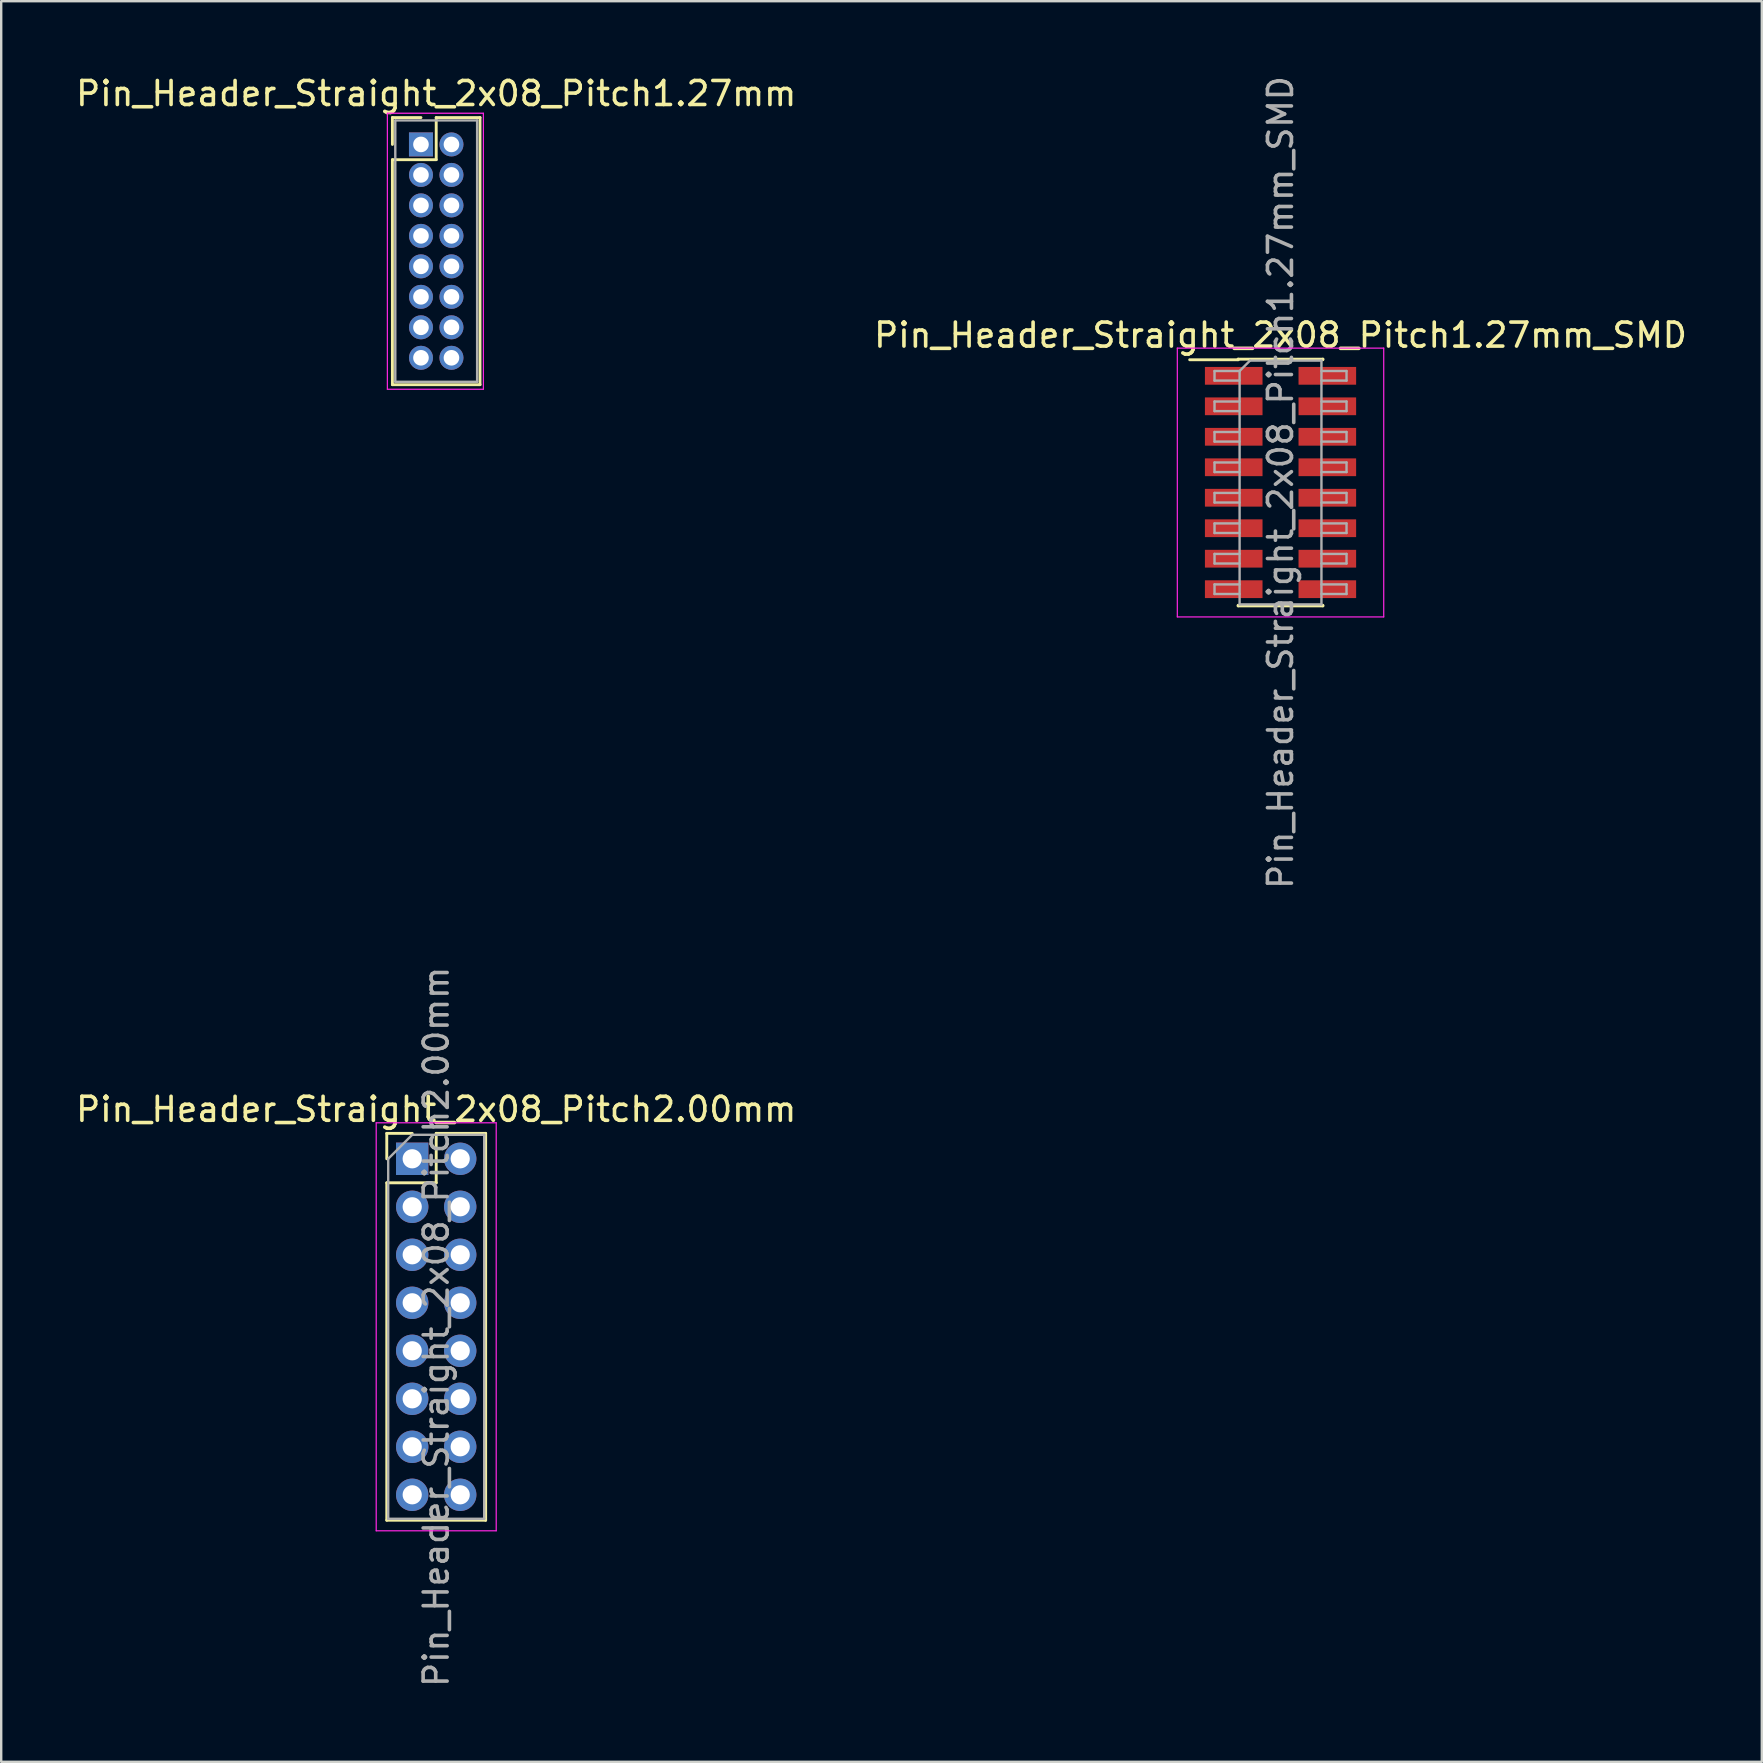
<source format=kicad_pcb>
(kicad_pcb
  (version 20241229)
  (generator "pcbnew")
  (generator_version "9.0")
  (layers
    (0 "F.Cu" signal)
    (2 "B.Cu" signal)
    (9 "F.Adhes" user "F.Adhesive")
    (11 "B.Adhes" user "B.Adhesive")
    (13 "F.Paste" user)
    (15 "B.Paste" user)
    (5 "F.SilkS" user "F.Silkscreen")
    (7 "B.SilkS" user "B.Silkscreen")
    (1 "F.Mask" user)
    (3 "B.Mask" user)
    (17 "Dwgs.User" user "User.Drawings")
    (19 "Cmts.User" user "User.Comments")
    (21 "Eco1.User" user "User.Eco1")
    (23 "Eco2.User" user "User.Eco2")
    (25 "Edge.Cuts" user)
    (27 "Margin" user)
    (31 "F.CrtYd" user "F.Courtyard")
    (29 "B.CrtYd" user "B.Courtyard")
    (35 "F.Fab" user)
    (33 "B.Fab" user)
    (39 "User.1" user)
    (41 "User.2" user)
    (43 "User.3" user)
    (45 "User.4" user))
  (footprint "Pin_Header_Straight_2x08_Pitch2.00mm"
    (layer "F.Cu")
    (at 14.125 45.232)
    (property "Reference" "Pin_Header_Straight_2x08_Pitch2.00mm" (at 1 -2.06 0) (layer "F.SilkS") (effects (font (size 1 1) (thickness 0.15))))
    (attr through_hole)
    (fp_line (start -1.06 -1.06) (end 0 -1.06) (stroke (width 0.12) (type solid)) (layer "F.SilkS"))
    (fp_line (start -1.06 0) (end -1.06 -1.06) (stroke (width 0.12) (type solid)) (layer "F.SilkS"))
    (fp_line (start -1.06 1) (end -1.06 15.06) (stroke (width 0.12) (type solid)) (layer "F.SilkS"))
    (fp_line (start -1.06 15.06) (end 3.06 15.06) (stroke (width 0.12) (type solid)) (layer "F.SilkS"))
    (fp_line (start 1 -1.06) (end 1 1) (stroke (width 0.12) (type solid)) (layer "F.SilkS"))
    (fp_line (start 1 1) (end -1.06 1) (stroke (width 0.12) (type solid)) (layer "F.SilkS"))
    (fp_line (start 3.06 -1.06) (end 1 -1.06) (stroke (width 0.12) (type solid)) (layer "F.SilkS"))
    (fp_line (start 3.06 15.06) (end 3.06 -1.06) (stroke (width 0.12) (type solid)) (layer "F.SilkS"))
    (fp_line (start -1.5 -1.5) (end -1.5 15.5) (stroke (width 0.05) (type solid)) (layer "F.CrtYd"))
    (fp_line (start -1.5 15.5) (end 3.5 15.5) (stroke (width 0.05) (type solid)) (layer "F.CrtYd"))
    (fp_line (start 3.5 -1.5) (end -1.5 -1.5) (stroke (width 0.05) (type solid)) (layer "F.CrtYd"))
    (fp_line (start 3.5 15.5) (end 3.5 -1.5) (stroke (width 0.05) (type solid)) (layer "F.CrtYd"))
    (fp_line (start -1 0) (end 0 -1) (stroke (width 0.1) (type solid)) (layer "F.Fab"))
    (fp_line (start -1 15) (end -1 0) (stroke (width 0.1) (type solid)) (layer "F.Fab"))
    (fp_line (start 0 -1) (end 3 -1) (stroke (width 0.1) (type solid)) (layer "F.Fab"))
    (fp_line (start 3 -1) (end 3 15) (stroke (width 0.1) (type solid)) (layer "F.Fab"))
    (fp_line (start 3 15) (end -1 15) (stroke (width 0.1) (type solid)) (layer "F.Fab"))
    (fp_text user "${REFERENCE}" (at 1 7 90) (layer "F.Fab") (effects (font (size 1 1) (thickness 0.15))))
    (pad "1" thru_hole rect (at 0 0) (size 1.35 1.35) (drill 0.8) (layers "*.Cu" "*.Mask"))
    (pad "2" thru_hole oval (at 2 0) (size 1.35 1.35) (drill 0.8) (layers "*.Cu" "*.Mask"))
    (pad "3" thru_hole oval (at 0 2) (size 1.35 1.35) (drill 0.8) (layers "*.Cu" "*.Mask"))
    (pad "4" thru_hole oval (at 2 2) (size 1.35 1.35) (drill 0.8) (layers "*.Cu" "*.Mask"))
    (pad "5" thru_hole oval (at 0 4) (size 1.35 1.35) (drill 0.8) (layers "*.Cu" "*.Mask"))
    (pad "6" thru_hole oval (at 2 4) (size 1.35 1.35) (drill 0.8) (layers "*.Cu" "*.Mask"))
    (pad "7" thru_hole oval (at 0 6) (size 1.35 1.35) (drill 0.8) (layers "*.Cu" "*.Mask"))
    (pad "8" thru_hole oval (at 2 6) (size 1.35 1.35) (drill 0.8) (layers "*.Cu" "*.Mask"))
    (pad "9" thru_hole oval (at 0 8) (size 1.35 1.35) (drill 0.8) (layers "*.Cu" "*.Mask"))
    (pad "10" thru_hole oval (at 2 8) (size 1.35 1.35) (drill 0.8) (layers "*.Cu" "*.Mask"))
    (pad "11" thru_hole oval (at 0 10) (size 1.35 1.35) (drill 0.8) (layers "*.Cu" "*.Mask"))
    (pad "12" thru_hole oval (at 2 10) (size 1.35 1.35) (drill 0.8) (layers "*.Cu" "*.Mask"))
    (pad "13" thru_hole oval (at 0 12) (size 1.35 1.35) (drill 0.8) (layers "*.Cu" "*.Mask"))
    (pad "14" thru_hole oval (at 2 12) (size 1.35 1.35) (drill 0.8) (layers "*.Cu" "*.Mask"))
    (pad "15" thru_hole oval (at 0 14) (size 1.35 1.35) (drill 0.8) (layers "*.Cu" "*.Mask"))
    (pad "16" thru_hole oval (at 2 14) (size 1.35 1.35) (drill 0.8) (layers "*.Cu" "*.Mask")))
  (footprint "Pin_Header_Straight_2x08_Pitch1.27mm"
    (layer "F.Cu")
    (at 14.49 2.968)
    (property "Reference" "Pin_Header_Straight_2x08_Pitch1.27mm" (at 0.635 -2.12 0) (layer "F.SilkS") (effects (font (size 1 1) (thickness 0.15))))
    (attr through_hole)
    (fp_line (start -1.19 -1.12) (end 0 -1.12) (stroke (width 0.12) (type solid)) (layer "F.SilkS"))
    (fp_line (start -1.19 0) (end -1.19 -1.12) (stroke (width 0.12) (type solid)) (layer "F.SilkS"))
    (fp_line (start -1.19 0.635) (end -1.19 10.01) (stroke (width 0.12) (type solid)) (layer "F.SilkS"))
    (fp_line (start -1.19 10.01) (end 2.46 10.01) (stroke (width 0.12) (type solid)) (layer "F.SilkS"))
    (fp_line (start 0.635 -1.12) (end 0.635 0.635) (stroke (width 0.12) (type solid)) (layer "F.SilkS"))
    (fp_line (start 0.635 0.635) (end -1.19 0.635) (stroke (width 0.12) (type solid)) (layer "F.SilkS"))
    (fp_line (start 2.46 -1.12) (end 0.635 -1.12) (stroke (width 0.12) (type solid)) (layer "F.SilkS"))
    (fp_line (start 2.46 10.01) (end 2.46 -1.12) (stroke (width 0.12) (type solid)) (layer "F.SilkS"))
    (fp_line (start -1.4 -1.3) (end -1.4 10.2) (stroke (width 0.05) (type solid)) (layer "F.CrtYd"))
    (fp_line (start -1.4 10.2) (end 2.6 10.2) (stroke (width 0.05) (type solid)) (layer "F.CrtYd"))
    (fp_line (start 2.6 -1.3) (end -1.4 -1.3) (stroke (width 0.05) (type solid)) (layer "F.CrtYd"))
    (fp_line (start 2.6 10.2) (end 2.6 -1.3) (stroke (width 0.05) (type solid)) (layer "F.CrtYd"))
    (fp_line (start -1.07 -1) (end -1.07 9.89) (stroke (width 0.1) (type solid)) (layer "F.Fab"))
    (fp_line (start -1.07 9.89) (end 2.34 9.89) (stroke (width 0.1) (type solid)) (layer "F.Fab"))
    (fp_line (start 2.34 -1) (end -1.07 -1) (stroke (width 0.1) (type solid)) (layer "F.Fab"))
    (fp_line (start 2.34 9.89) (end 2.34 -1) (stroke (width 0.1) (type solid)) (layer "F.Fab"))
    (pad "1" thru_hole rect (at 0 0) (size 1 1) (drill 0.65) (layers "*.Cu" "*.Mask"))
    (pad "2" thru_hole oval (at 1.27 0) (size 1 1) (drill 0.65) (layers "*.Cu" "*.Mask"))
    (pad "3" thru_hole oval (at 0 1.27) (size 1 1) (drill 0.65) (layers "*.Cu" "*.Mask"))
    (pad "4" thru_hole oval (at 1.27 1.27) (size 1 1) (drill 0.65) (layers "*.Cu" "*.Mask"))
    (pad "5" thru_hole oval (at 0 2.54) (size 1 1) (drill 0.65) (layers "*.Cu" "*.Mask"))
    (pad "6" thru_hole oval (at 1.27 2.54) (size 1 1) (drill 0.65) (layers "*.Cu" "*.Mask"))
    (pad "7" thru_hole oval (at 0 3.81) (size 1 1) (drill 0.65) (layers "*.Cu" "*.Mask"))
    (pad "8" thru_hole oval (at 1.27 3.81) (size 1 1) (drill 0.65) (layers "*.Cu" "*.Mask"))
    (pad "9" thru_hole oval (at 0 5.08) (size 1 1) (drill 0.65) (layers "*.Cu" "*.Mask"))
    (pad "10" thru_hole oval (at 1.27 5.08) (size 1 1) (drill 0.65) (layers "*.Cu" "*.Mask"))
    (pad "11" thru_hole oval (at 0 6.35) (size 1 1) (drill 0.65) (layers "*.Cu" "*.Mask"))
    (pad "12" thru_hole oval (at 1.27 6.35) (size 1 1) (drill 0.65) (layers "*.Cu" "*.Mask"))
    (pad "13" thru_hole oval (at 0 7.62) (size 1 1) (drill 0.65) (layers "*.Cu" "*.Mask"))
    (pad "14" thru_hole oval (at 1.27 7.62) (size 1 1) (drill 0.65) (layers "*.Cu" "*.Mask"))
    (pad "15" thru_hole oval (at 0 8.89) (size 1 1) (drill 0.65) (layers "*.Cu" "*.Mask"))
    (pad "16" thru_hole oval (at 1.27 8.89) (size 1 1) (drill 0.65) (layers "*.Cu" "*.Mask")))
  (footprint "Pin_Header_Straight_2x08_Pitch1.27mm_SMD"
    (layer "F.Cu")
    (at 50.304 17.054)
    (property "Reference" "Pin_Header_Straight_2x08_Pitch1.27mm_SMD" (at 0 -6.14 0) (layer "F.SilkS") (effects (font (size 1 1) (thickness 0.15))))
    (attr smd)
    (fp_line (start -3.785 -5.115) (end -1.765 -5.115) (stroke (width 0.12) (type solid)) (layer "F.SilkS"))
    (fp_line (start -1.765 -5.14) (end 1.765 -5.14) (stroke (width 0.12) (type solid)) (layer "F.SilkS"))
    (fp_line (start -1.765 -5.115) (end -1.765 -5.14) (stroke (width 0.12) (type solid)) (layer "F.SilkS"))
    (fp_line (start -1.765 5.115) (end -1.765 5.14) (stroke (width 0.12) (type solid)) (layer "F.SilkS"))
    (fp_line (start -1.765 5.14) (end 1.765 5.14) (stroke (width 0.12) (type solid)) (layer "F.SilkS"))
    (fp_line (start 1.765 -5.14) (end 1.765 -5.115) (stroke (width 0.12) (type solid)) (layer "F.SilkS"))
    (fp_line (start 1.765 5.14) (end 1.765 5.115) (stroke (width 0.12) (type solid)) (layer "F.SilkS"))
    (fp_line (start -4.3 -5.6) (end -4.3 5.6) (stroke (width 0.05) (type solid)) (layer "F.CrtYd"))
    (fp_line (start -4.3 5.6) (end 4.3 5.6) (stroke (width 0.05) (type solid)) (layer "F.CrtYd"))
    (fp_line (start 4.3 -5.6) (end -4.3 -5.6) (stroke (width 0.05) (type solid)) (layer "F.CrtYd"))
    (fp_line (start 4.3 5.6) (end 4.3 -5.6) (stroke (width 0.05) (type solid)) (layer "F.CrtYd"))
    (fp_line (start -2.75 -4.645) (end -2.75 -4.245) (stroke (width 0.1) (type solid)) (layer "F.Fab"))
    (fp_line (start -2.75 -4.245) (end -1.705 -4.245) (stroke (width 0.1) (type solid)) (layer "F.Fab"))
    (fp_line (start -2.75 -3.375) (end -2.75 -2.975) (stroke (width 0.1) (type solid)) (layer "F.Fab"))
    (fp_line (start -2.75 -2.975) (end -1.705 -2.975) (stroke (width 0.1) (type solid)) (layer "F.Fab"))
    (fp_line (start -2.75 -2.105) (end -2.75 -1.705) (stroke (width 0.1) (type solid)) (layer "F.Fab"))
    (fp_line (start -2.75 -1.705) (end -1.705 -1.705) (stroke (width 0.1) (type solid)) (layer "F.Fab"))
    (fp_line (start -2.75 -0.835) (end -2.75 -0.435) (stroke (width 0.1) (type solid)) (layer "F.Fab"))
    (fp_line (start -2.75 -0.435) (end -1.705 -0.435) (stroke (width 0.1) (type solid)) (layer "F.Fab"))
    (fp_line (start -2.75 0.435) (end -2.75 0.835) (stroke (width 0.1) (type solid)) (layer "F.Fab"))
    (fp_line (start -2.75 0.835) (end -1.705 0.835) (stroke (width 0.1) (type solid)) (layer "F.Fab"))
    (fp_line (start -2.75 1.705) (end -2.75 2.105) (stroke (width 0.1) (type solid)) (layer "F.Fab"))
    (fp_line (start -2.75 2.105) (end -1.705 2.105) (stroke (width 0.1) (type solid)) (layer "F.Fab"))
    (fp_line (start -2.75 2.975) (end -2.75 3.375) (stroke (width 0.1) (type solid)) (layer "F.Fab"))
    (fp_line (start -2.75 3.375) (end -1.705 3.375) (stroke (width 0.1) (type solid)) (layer "F.Fab"))
    (fp_line (start -2.75 4.245) (end -2.75 4.645) (stroke (width 0.1) (type solid)) (layer "F.Fab"))
    (fp_line (start -2.75 4.645) (end -1.705 4.645) (stroke (width 0.1) (type solid)) (layer "F.Fab"))
    (fp_line (start -1.705 -4.645) (end -2.75 -4.645) (stroke (width 0.1) (type solid)) (layer "F.Fab"))
    (fp_line (start -1.705 -4.645) (end -1.27 -5.08) (stroke (width 0.1) (type solid)) (layer "F.Fab"))
    (fp_line (start -1.705 -3.375) (end -2.75 -3.375) (stroke (width 0.1) (type solid)) (layer "F.Fab"))
    (fp_line (start -1.705 -2.105) (end -2.75 -2.105) (stroke (width 0.1) (type solid)) (layer "F.Fab"))
    (fp_line (start -1.705 -0.835) (end -2.75 -0.835) (stroke (width 0.1) (type solid)) (layer "F.Fab"))
    (fp_line (start -1.705 0.435) (end -2.75 0.435) (stroke (width 0.1) (type solid)) (layer "F.Fab"))
    (fp_line (start -1.705 1.705) (end -2.75 1.705) (stroke (width 0.1) (type solid)) (layer "F.Fab"))
    (fp_line (start -1.705 2.975) (end -2.75 2.975) (stroke (width 0.1) (type solid)) (layer "F.Fab"))
    (fp_line (start -1.705 4.245) (end -2.75 4.245) (stroke (width 0.1) (type solid)) (layer "F.Fab"))
    (fp_line (start -1.705 5.08) (end -1.705 -4.645) (stroke (width 0.1) (type solid)) (layer "F.Fab"))
    (fp_line (start -1.27 -5.08) (end 1.705 -5.08) (stroke (width 0.1) (type solid)) (layer "F.Fab"))
    (fp_line (start 1.705 -5.08) (end 1.705 5.08) (stroke (width 0.1) (type solid)) (layer "F.Fab"))
    (fp_line (start 1.705 -4.645) (end 2.75 -4.645) (stroke (width 0.1) (type solid)) (layer "F.Fab"))
    (fp_line (start 1.705 -3.375) (end 2.75 -3.375) (stroke (width 0.1) (type solid)) (layer "F.Fab"))
    (fp_line (start 1.705 -2.105) (end 2.75 -2.105) (stroke (width 0.1) (type solid)) (layer "F.Fab"))
    (fp_line (start 1.705 -0.835) (end 2.75 -0.835) (stroke (width 0.1) (type solid)) (layer "F.Fab"))
    (fp_line (start 1.705 0.435) (end 2.75 0.435) (stroke (width 0.1) (type solid)) (layer "F.Fab"))
    (fp_line (start 1.705 1.705) (end 2.75 1.705) (stroke (width 0.1) (type solid)) (layer "F.Fab"))
    (fp_line (start 1.705 2.975) (end 2.75 2.975) (stroke (width 0.1) (type solid)) (layer "F.Fab"))
    (fp_line (start 1.705 4.245) (end 2.75 4.245) (stroke (width 0.1) (type solid)) (layer "F.Fab"))
    (fp_line (start 1.705 5.08) (end -1.705 5.08) (stroke (width 0.1) (type solid)) (layer "F.Fab"))
    (fp_line (start 2.75 -4.645) (end 2.75 -4.245) (stroke (width 0.1) (type solid)) (layer "F.Fab"))
    (fp_line (start 2.75 -4.245) (end 1.705 -4.245) (stroke (width 0.1) (type solid)) (layer "F.Fab"))
    (fp_line (start 2.75 -3.375) (end 2.75 -2.975) (stroke (width 0.1) (type solid)) (layer "F.Fab"))
    (fp_line (start 2.75 -2.975) (end 1.705 -2.975) (stroke (width 0.1) (type solid)) (layer "F.Fab"))
    (fp_line (start 2.75 -2.105) (end 2.75 -1.705) (stroke (width 0.1) (type solid)) (layer "F.Fab"))
    (fp_line (start 2.75 -1.705) (end 1.705 -1.705) (stroke (width 0.1) (type solid)) (layer "F.Fab"))
    (fp_line (start 2.75 -0.835) (end 2.75 -0.435) (stroke (width 0.1) (type solid)) (layer "F.Fab"))
    (fp_line (start 2.75 -0.435) (end 1.705 -0.435) (stroke (width 0.1) (type solid)) (layer "F.Fab"))
    (fp_line (start 2.75 0.435) (end 2.75 0.835) (stroke (width 0.1) (type solid)) (layer "F.Fab"))
    (fp_line (start 2.75 0.835) (end 1.705 0.835) (stroke (width 0.1) (type solid)) (layer "F.Fab"))
    (fp_line (start 2.75 1.705) (end 2.75 2.105) (stroke (width 0.1) (type solid)) (layer "F.Fab"))
    (fp_line (start 2.75 2.105) (end 1.705 2.105) (stroke (width 0.1) (type solid)) (layer "F.Fab"))
    (fp_line (start 2.75 2.975) (end 2.75 3.375) (stroke (width 0.1) (type solid)) (layer "F.Fab"))
    (fp_line (start 2.75 3.375) (end 1.705 3.375) (stroke (width 0.1) (type solid)) (layer "F.Fab"))
    (fp_line (start 2.75 4.245) (end 2.75 4.645) (stroke (width 0.1) (type solid)) (layer "F.Fab"))
    (fp_line (start 2.75 4.645) (end 1.705 4.645) (stroke (width 0.1) (type solid)) (layer "F.Fab"))
    (fp_text user "${REFERENCE}" (at 0 0 90) (layer "F.Fab") (effects (font (size 1 1) (thickness 0.15))))
    (pad "1" smd rect (at -1.95 -4.445) (size 2.4 0.74) (layers "F.Cu" "F.Mask" "F.Paste"))
    (pad "2" smd rect (at 1.95 -4.445) (size 2.4 0.74) (layers "F.Cu" "F.Mask" "F.Paste"))
    (pad "3" smd rect (at -1.95 -3.175) (size 2.4 0.74) (layers "F.Cu" "F.Mask" "F.Paste"))
    (pad "4" smd rect (at 1.95 -3.175) (size 2.4 0.74) (layers "F.Cu" "F.Mask" "F.Paste"))
    (pad "5" smd rect (at -1.95 -1.905) (size 2.4 0.74) (layers "F.Cu" "F.Mask" "F.Paste"))
    (pad "6" smd rect (at 1.95 -1.905) (size 2.4 0.74) (layers "F.Cu" "F.Mask" "F.Paste"))
    (pad "7" smd rect (at -1.95 -0.635) (size 2.4 0.74) (layers "F.Cu" "F.Mask" "F.Paste"))
    (pad "8" smd rect (at 1.95 -0.635) (size 2.4 0.74) (layers "F.Cu" "F.Mask" "F.Paste"))
    (pad "9" smd rect (at -1.95 0.635) (size 2.4 0.74) (layers "F.Cu" "F.Mask" "F.Paste"))
    (pad "10" smd rect (at 1.95 0.635) (size 2.4 0.74) (layers "F.Cu" "F.Mask" "F.Paste"))
    (pad "11" smd rect (at -1.95 1.905) (size 2.4 0.74) (layers "F.Cu" "F.Mask" "F.Paste"))
    (pad "12" smd rect (at 1.95 1.905) (size 2.4 0.74) (layers "F.Cu" "F.Mask" "F.Paste"))
    (pad "13" smd rect (at -1.95 3.175) (size 2.4 0.74) (layers "F.Cu" "F.Mask" "F.Paste"))
    (pad "14" smd rect (at 1.95 3.175) (size 2.4 0.74) (layers "F.Cu" "F.Mask" "F.Paste"))
    (pad "15" smd rect (at -1.95 4.445) (size 2.4 0.74) (layers "F.Cu" "F.Mask" "F.Paste"))
    (pad "16" smd rect (at 1.95 4.445) (size 2.4 0.74) (layers "F.Cu" "F.Mask" "F.Paste")))
  (gr_rect
    (start -3 -3)
    (end 70.357 70.357)
    (stroke (width 0.1) (type default))
    (fill no)
    (layer "Edge.Cuts")))
</source>
